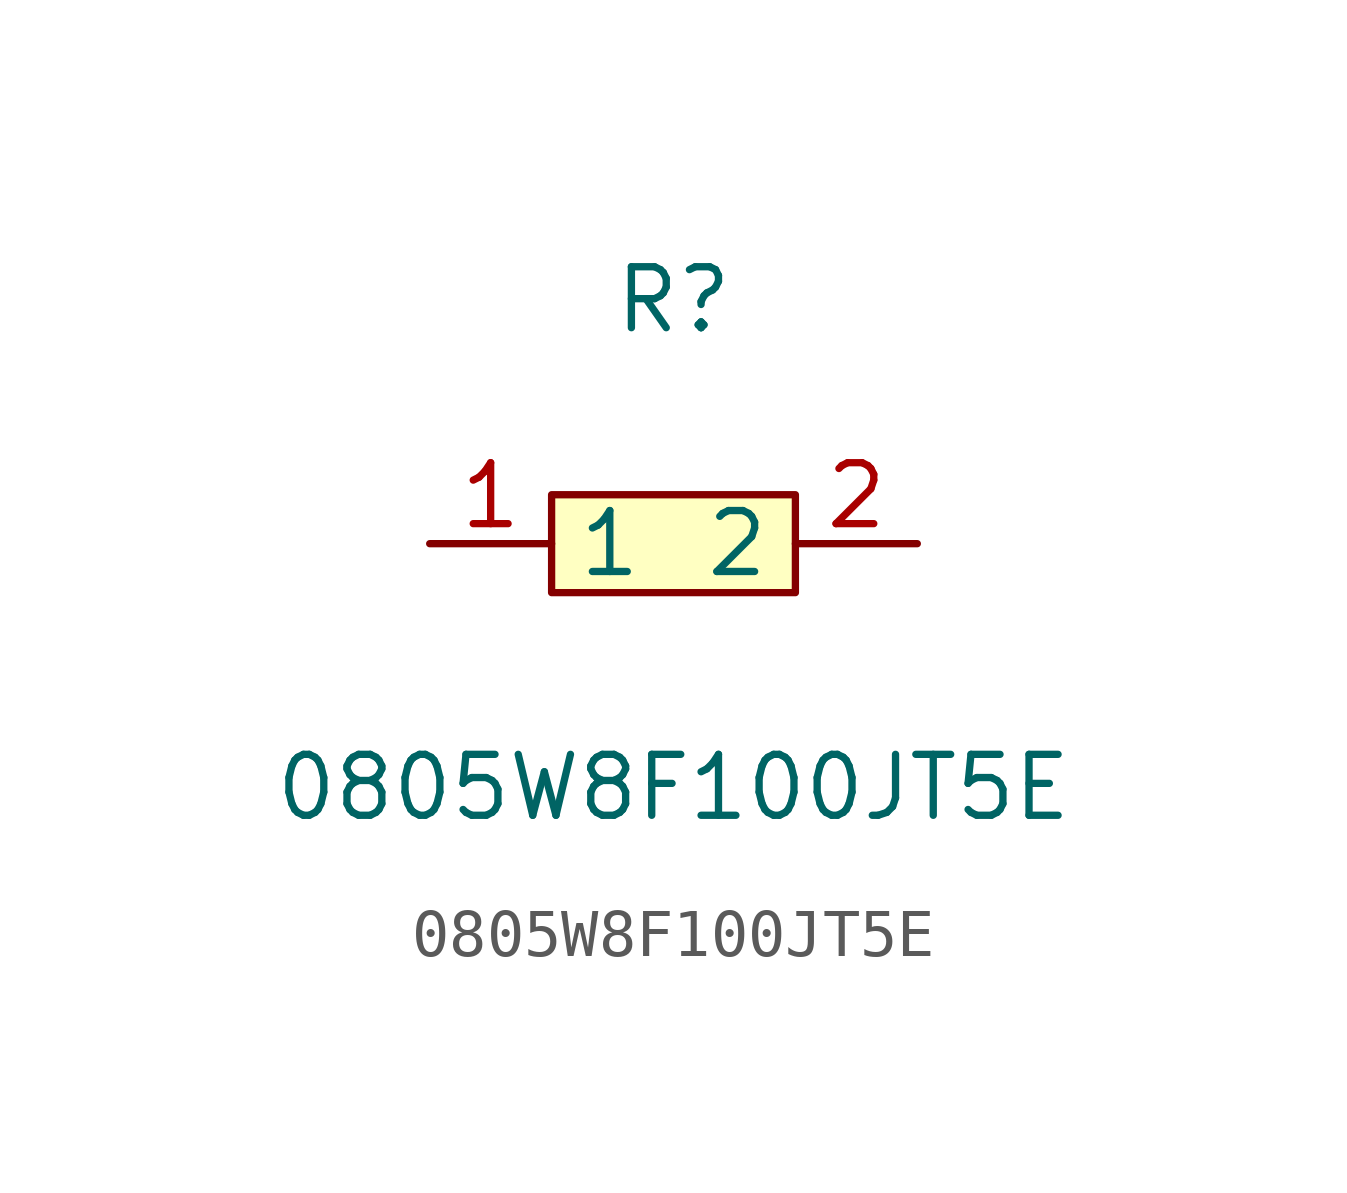
<source format=kicad_sym>
(kicad_symbol_lib
  (version 20211014)
  (generator https://github.com/uPesy/easyeda2kicad.py)
  (symbol "0805W8F100JT5E"
    (property "Reference" "R"
      (at 0 5.08 0)
      (effects (font (size 1.27 1.27))))
    (property "Value" "0805W8F100JT5E"
      (at 0 -5.08 0)
      (effects (font (size 1.27 1.27))))
    (symbol "0805W8F100JT5E_0_1"
      (rectangle (start -2.54 1.02) (end 2.54 -1.02) (stroke (width 0) (type default) (color 0 0 0 0)) (fill (type background)))
      (pin input line (at 5.08 -0.00 180) (length 2.54) (name "2" (effects (font (size 1.27 1.27)))) (number "2" (effects (font (size 1.27 1.27)))))
      (pin input line (at -5.08 -0.00 0) (length 2.54) (name "1" (effects (font (size 1.27 1.27)))) (number "1" (effects (font (size 1.27 1.27))))))))
</source>
